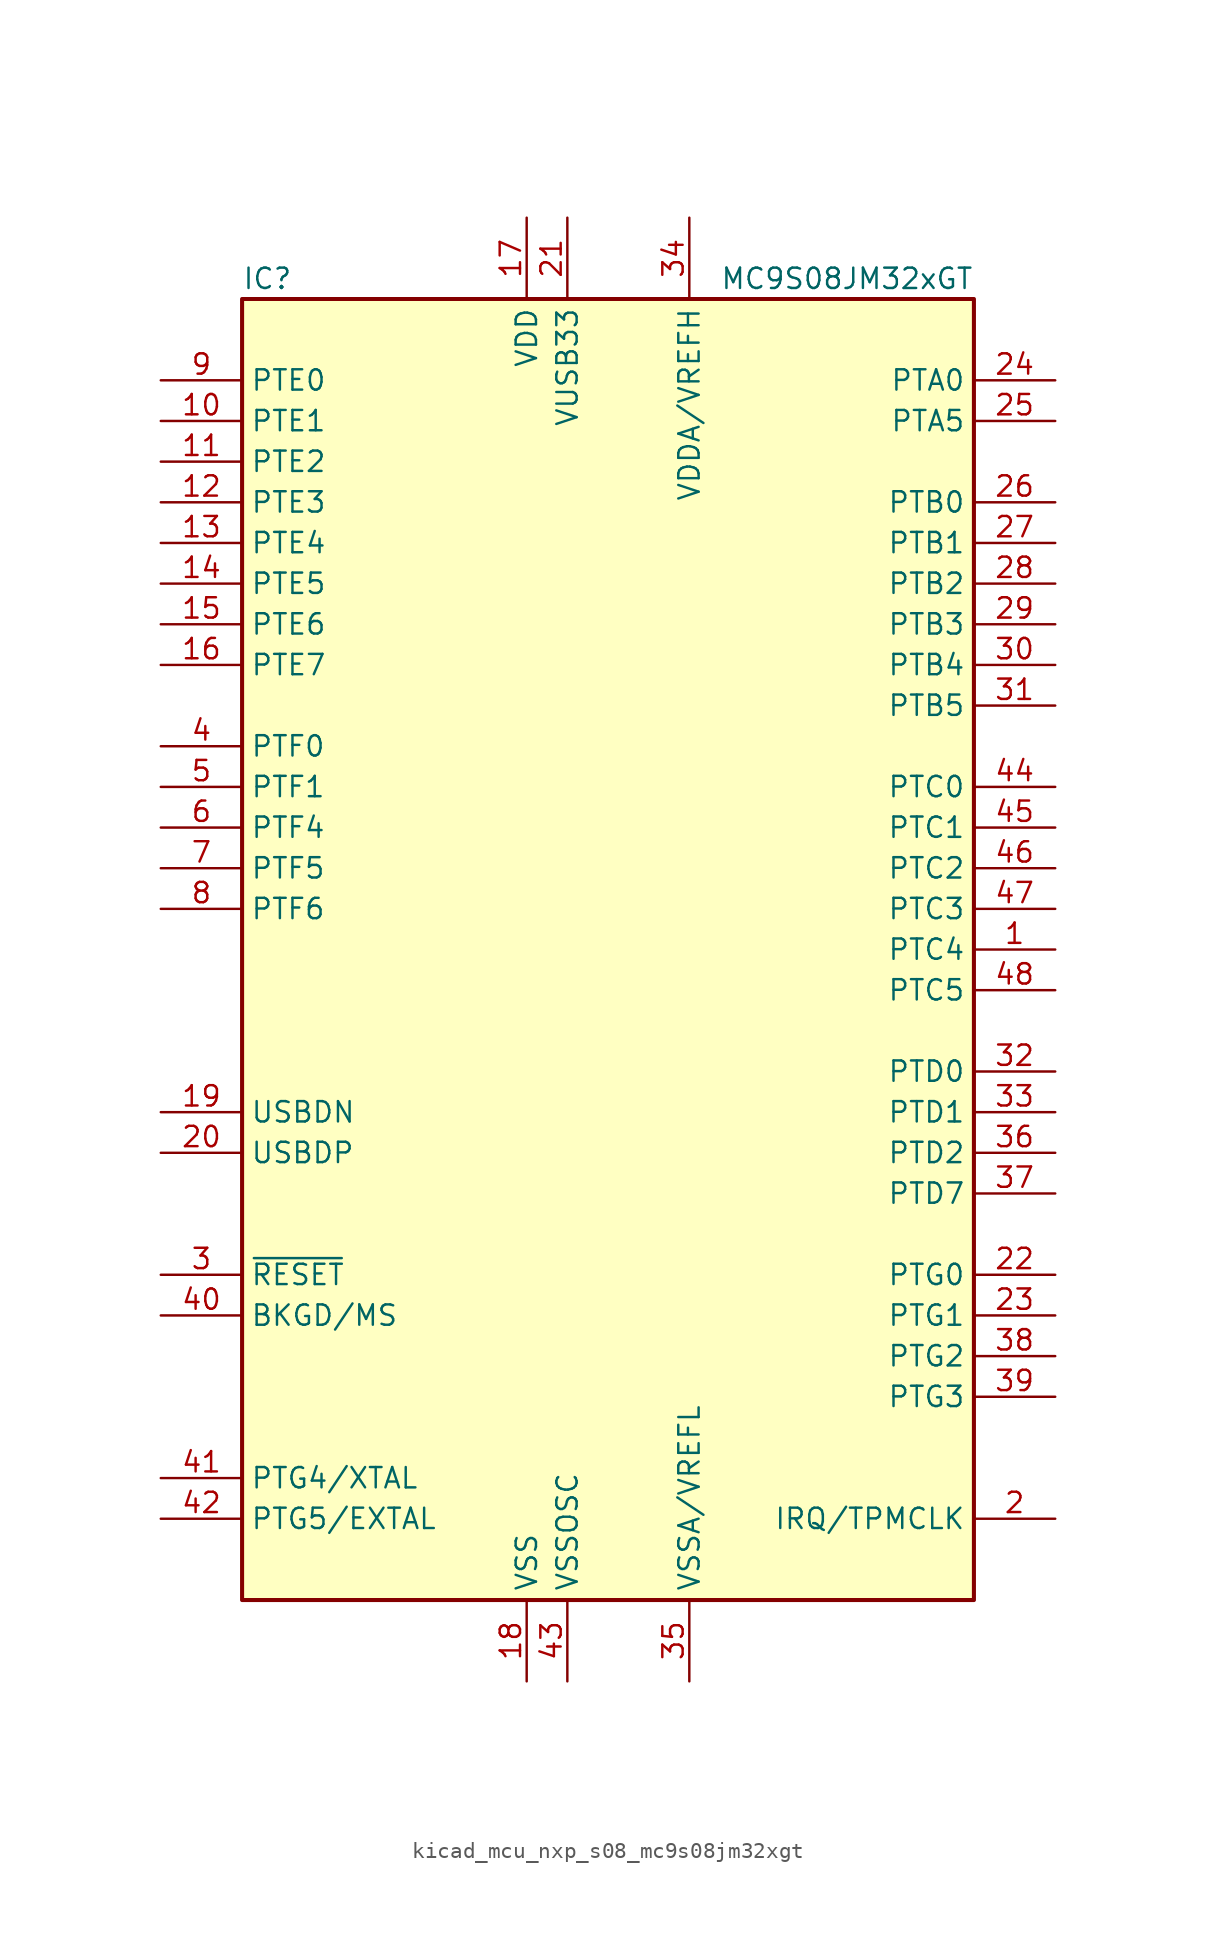
<source format=kicad_sym>
(kicad_symbol_lib
  (version 20220914)
  (generator kicad_symbol_editor)
  (symbol "kicad_mcu_nxp_s08_mc9s08jm32xgt"
    (property "Reference" "IC"
      (at -22.86 41.91 0)
      (effects (font (size 1.27 1.27)) (justify left)))
    (property "Value" "MC9S08JM32xGT"
      (at 22.86 41.91 0)
      (effects (font (size 1.27 1.27)) (justify right)))
    (symbol "kicad_mcu_nxp_s08_mc9s08jm32xgt_0_1"
      (rectangle (start -22.86 40.64) (end 22.86 -40.64) (stroke (width 0.254) (type default)) (fill (type background))))
    (symbol "kicad_mcu_nxp_s08_mc9s08jm32xgt_1_1"
      (pin bidirectional line (at 27.94 0 180) (length 5.08) (name "PTC4" (effects (font (size 1.27 1.27)))) (number "1" (effects (font (size 1.27 1.27)))))
      (pin bidirectional line (at -27.94 33.02 0) (length 5.08) (name "PTE1" (effects (font (size 1.27 1.27)))) (number "10" (effects (font (size 1.27 1.27)))))
      (pin bidirectional line (at -27.94 30.48 0) (length 5.08) (name "PTE2" (effects (font (size 1.27 1.27)))) (number "11" (effects (font (size 1.27 1.27)))))
      (pin bidirectional line (at -27.94 27.94 0) (length 5.08) (name "PTE3" (effects (font (size 1.27 1.27)))) (number "12" (effects (font (size 1.27 1.27)))))
      (pin bidirectional line (at -27.94 25.4 0) (length 5.08) (name "PTE4" (effects (font (size 1.27 1.27)))) (number "13" (effects (font (size 1.27 1.27)))))
      (pin bidirectional line (at -27.94 22.86 0) (length 5.08) (name "PTE5" (effects (font (size 1.27 1.27)))) (number "14" (effects (font (size 1.27 1.27)))))
      (pin bidirectional line (at -27.94 20.32 0) (length 5.08) (name "PTE6" (effects (font (size 1.27 1.27)))) (number "15" (effects (font (size 1.27 1.27)))))
      (pin bidirectional line (at -27.94 17.78 0) (length 5.08) (name "PTE7" (effects (font (size 1.27 1.27)))) (number "16" (effects (font (size 1.27 1.27)))))
      (pin power_in line (at -5.08 45.72 270) (length 5.08) (name "VDD" (effects (font (size 1.27 1.27)))) (number "17" (effects (font (size 1.27 1.27)))))
      (pin power_in line (at -5.08 -45.72 90) (length 5.08) (name "VSS" (effects (font (size 1.27 1.27)))) (number "18" (effects (font (size 1.27 1.27)))))
      (pin bidirectional line (at -27.94 -10.16 0) (length 5.08) (name "USBDN" (effects (font (size 1.27 1.27)))) (number "19" (effects (font (size 1.27 1.27)))))
      (pin bidirectional line (at 27.94 -35.56 180) (length 5.08) (name "IRQ/TPMCLK" (effects (font (size 1.27 1.27)))) (number "2" (effects (font (size 1.27 1.27)))))
      (pin bidirectional line (at -27.94 -12.7 0) (length 5.08) (name "USBDP" (effects (font (size 1.27 1.27)))) (number "20" (effects (font (size 1.27 1.27)))))
      (pin power_out line (at -2.54 45.72 270) (length 5.08) (name "VUSB33" (effects (font (size 1.27 1.27)))) (number "21" (effects (font (size 1.27 1.27)))))
      (pin bidirectional line (at 27.94 -20.32 180) (length 5.08) (name "PTG0" (effects (font (size 1.27 1.27)))) (number "22" (effects (font (size 1.27 1.27)))))
      (pin bidirectional line (at 27.94 -22.86 180) (length 5.08) (name "PTG1" (effects (font (size 1.27 1.27)))) (number "23" (effects (font (size 1.27 1.27)))))
      (pin bidirectional line (at 27.94 35.56 180) (length 5.08) (name "PTA0" (effects (font (size 1.27 1.27)))) (number "24" (effects (font (size 1.27 1.27)))))
      (pin bidirectional line (at 27.94 33.02 180) (length 5.08) (name "PTA5" (effects (font (size 1.27 1.27)))) (number "25" (effects (font (size 1.27 1.27)))))
      (pin bidirectional line (at 27.94 27.94 180) (length 5.08) (name "PTB0" (effects (font (size 1.27 1.27)))) (number "26" (effects (font (size 1.27 1.27)))))
      (pin bidirectional line (at 27.94 25.4 180) (length 5.08) (name "PTB1" (effects (font (size 1.27 1.27)))) (number "27" (effects (font (size 1.27 1.27)))))
      (pin bidirectional line (at 27.94 22.86 180) (length 5.08) (name "PTB2" (effects (font (size 1.27 1.27)))) (number "28" (effects (font (size 1.27 1.27)))))
      (pin bidirectional line (at 27.94 20.32 180) (length 5.08) (name "PTB3" (effects (font (size 1.27 1.27)))) (number "29" (effects (font (size 1.27 1.27)))))
      (pin input line (at -27.94 -20.32 0) (length 5.08) (name "~{RESET}" (effects (font (size 1.27 1.27)))) (number "3" (effects (font (size 1.27 1.27)))))
      (pin bidirectional line (at 27.94 17.78 180) (length 5.08) (name "PTB4" (effects (font (size 1.27 1.27)))) (number "30" (effects (font (size 1.27 1.27)))))
      (pin bidirectional line (at 27.94 15.24 180) (length 5.08) (name "PTB5" (effects (font (size 1.27 1.27)))) (number "31" (effects (font (size 1.27 1.27)))))
      (pin bidirectional line (at 27.94 -7.62 180) (length 5.08) (name "PTD0" (effects (font (size 1.27 1.27)))) (number "32" (effects (font (size 1.27 1.27)))))
      (pin bidirectional line (at 27.94 -10.16 180) (length 5.08) (name "PTD1" (effects (font (size 1.27 1.27)))) (number "33" (effects (font (size 1.27 1.27)))))
      (pin power_in line (at 5.08 45.72 270) (length 5.08) (name "VDDA/VREFH" (effects (font (size 1.27 1.27)))) (number "34" (effects (font (size 1.27 1.27)))))
      (pin power_in line (at 5.08 -45.72 90) (length 5.08) (name "VSSA/VREFL" (effects (font (size 1.27 1.27)))) (number "35" (effects (font (size 1.27 1.27)))))
      (pin bidirectional line (at 27.94 -12.7 180) (length 5.08) (name "PTD2" (effects (font (size 1.27 1.27)))) (number "36" (effects (font (size 1.27 1.27)))))
      (pin bidirectional line (at 27.94 -15.24 180) (length 5.08) (name "PTD7" (effects (font (size 1.27 1.27)))) (number "37" (effects (font (size 1.27 1.27)))))
      (pin bidirectional line (at 27.94 -25.4 180) (length 5.08) (name "PTG2" (effects (font (size 1.27 1.27)))) (number "38" (effects (font (size 1.27 1.27)))))
      (pin bidirectional line (at 27.94 -27.94 180) (length 5.08) (name "PTG3" (effects (font (size 1.27 1.27)))) (number "39" (effects (font (size 1.27 1.27)))))
      (pin bidirectional line (at -27.94 12.7 0) (length 5.08) (name "PTF0" (effects (font (size 1.27 1.27)))) (number "4" (effects (font (size 1.27 1.27)))))
      (pin bidirectional line (at -27.94 -22.86 0) (length 5.08) (name "BKGD/MS" (effects (font (size 1.27 1.27)))) (number "40" (effects (font (size 1.27 1.27)))))
      (pin bidirectional line (at -27.94 -33.02 0) (length 5.08) (name "PTG4/XTAL" (effects (font (size 1.27 1.27)))) (number "41" (effects (font (size 1.27 1.27)))))
      (pin bidirectional line (at -27.94 -35.56 0) (length 5.08) (name "PTG5/EXTAL" (effects (font (size 1.27 1.27)))) (number "42" (effects (font (size 1.27 1.27)))))
      (pin power_in line (at -2.54 -45.72 90) (length 5.08) (name "VSSOSC" (effects (font (size 1.27 1.27)))) (number "43" (effects (font (size 1.27 1.27)))))
      (pin bidirectional line (at 27.94 10.16 180) (length 5.08) (name "PTC0" (effects (font (size 1.27 1.27)))) (number "44" (effects (font (size 1.27 1.27)))))
      (pin bidirectional line (at 27.94 7.62 180) (length 5.08) (name "PTC1" (effects (font (size 1.27 1.27)))) (number "45" (effects (font (size 1.27 1.27)))))
      (pin bidirectional line (at 27.94 5.08 180) (length 5.08) (name "PTC2" (effects (font (size 1.27 1.27)))) (number "46" (effects (font (size 1.27 1.27)))))
      (pin bidirectional line (at 27.94 2.54 180) (length 5.08) (name "PTC3" (effects (font (size 1.27 1.27)))) (number "47" (effects (font (size 1.27 1.27)))))
      (pin bidirectional line (at 27.94 -2.54 180) (length 5.08) (name "PTC5" (effects (font (size 1.27 1.27)))) (number "48" (effects (font (size 1.27 1.27)))))
      (pin bidirectional line (at -27.94 10.16 0) (length 5.08) (name "PTF1" (effects (font (size 1.27 1.27)))) (number "5" (effects (font (size 1.27 1.27)))))
      (pin bidirectional line (at -27.94 7.62 0) (length 5.08) (name "PTF4" (effects (font (size 1.27 1.27)))) (number "6" (effects (font (size 1.27 1.27)))))
      (pin bidirectional line (at -27.94 5.08 0) (length 5.08) (name "PTF5" (effects (font (size 1.27 1.27)))) (number "7" (effects (font (size 1.27 1.27)))))
      (pin bidirectional line (at -27.94 2.54 0) (length 5.08) (name "PTF6" (effects (font (size 1.27 1.27)))) (number "8" (effects (font (size 1.27 1.27)))))
      (pin bidirectional line (at -27.94 35.56 0) (length 5.08) (name "PTE0" (effects (font (size 1.27 1.27)))) (number "9" (effects (font (size 1.27 1.27))))))))
</source>
